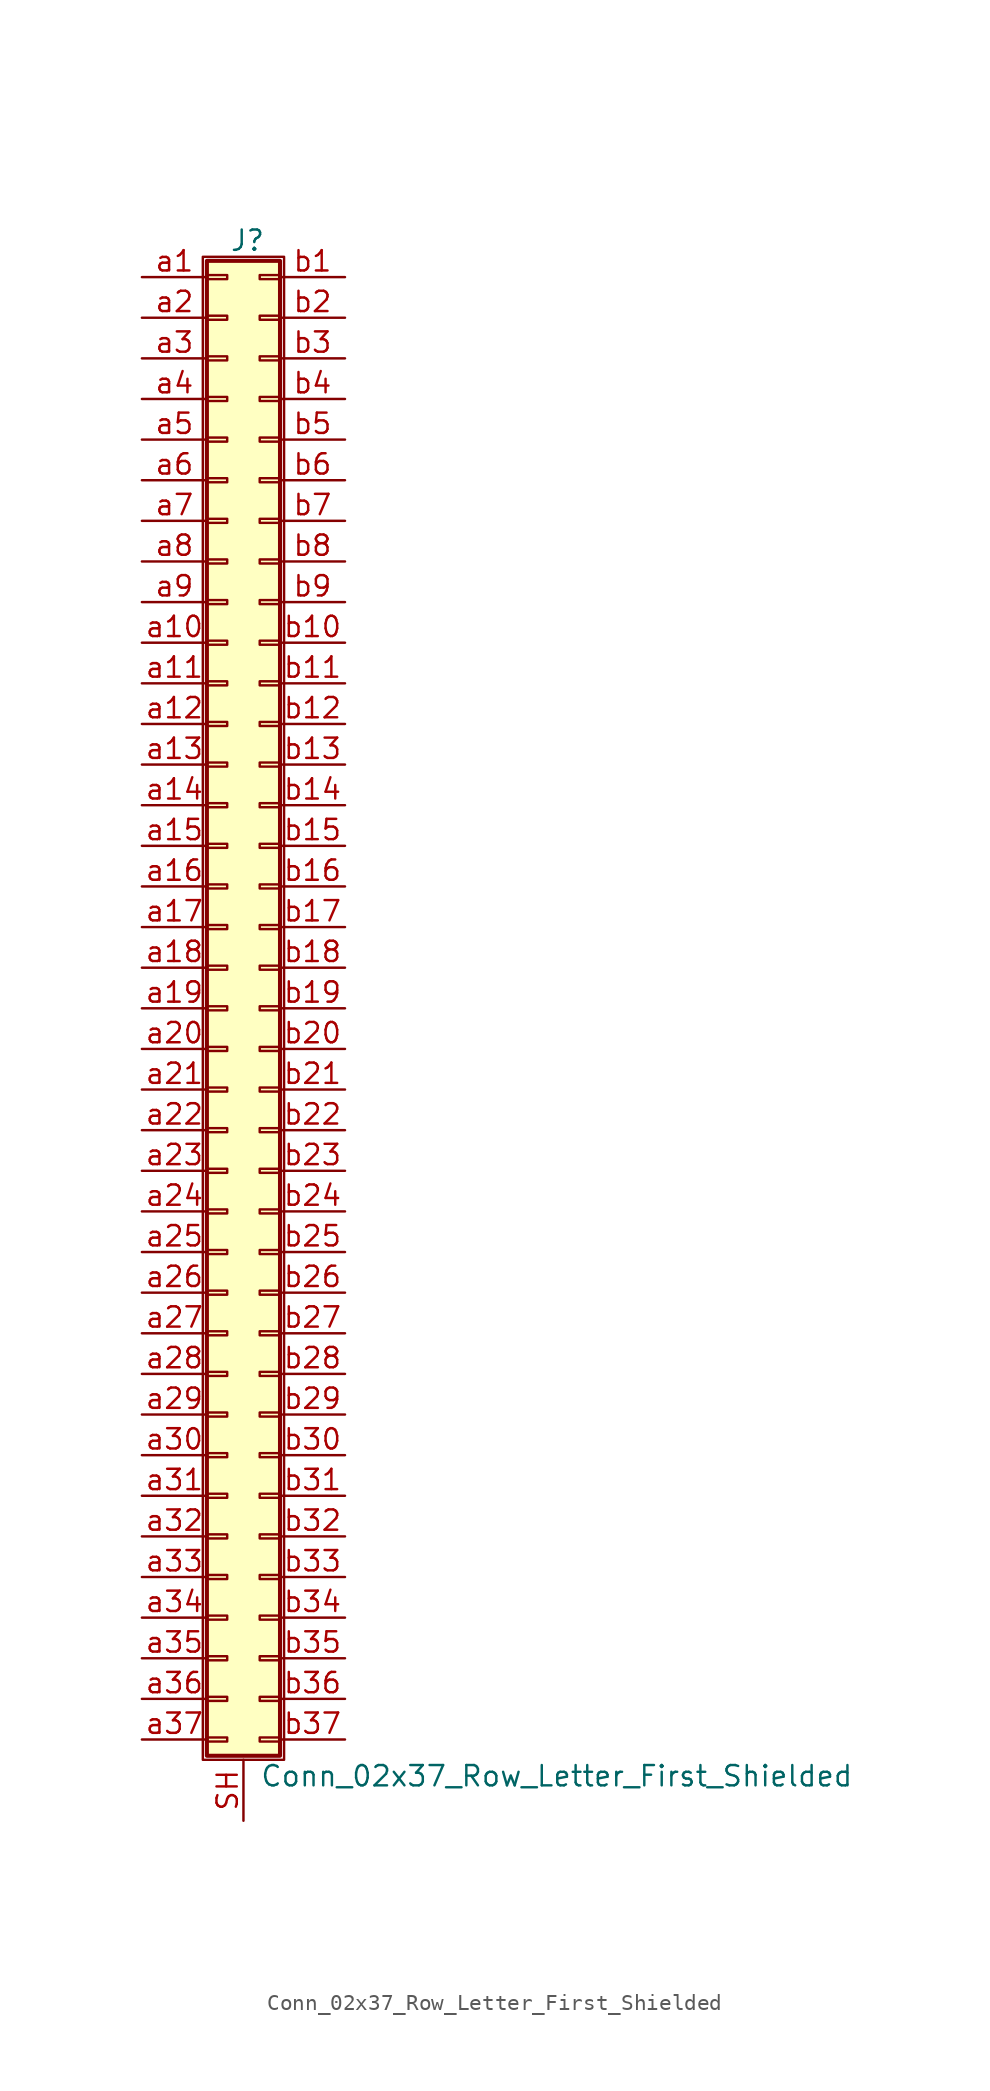
<source format=kicad_sym>
(kicad_symbol_lib
  (version 20220914)
  (generator kicad_symbol_editor)
  (symbol "Conn_02x37_Row_Letter_First_Shielded"
    (pin_names
      (offset 1.016) hide)
    (property "Reference" "J"
      (at 1.524 48.006 0)
      (effects (font (size 1.27 1.27))))
    (property "Value" "Conn_02x37_Row_Letter_First_Shielded"
      (at 2.286 -48.006 0)
      (effects (font (size 1.27 1.27)) (justify left)))
    (symbol "Conn_02x37_Row_Letter_First_Shielded_1_1"
      (rectangle (start -1.27 46.99) (end 3.81 -46.99) (stroke (width 0.152) (type default)) (fill (type none)))
      (rectangle (start -1.016 -45.593) (end 0.254 -45.847) (stroke (width 0.152) (type default)) (fill (type none)))
      (rectangle (start -1.016 -43.053) (end 0.254 -43.307) (stroke (width 0.152) (type default)) (fill (type none)))
      (rectangle (start -1.016 -40.513) (end 0.254 -40.767) (stroke (width 0.152) (type default)) (fill (type none)))
      (rectangle (start -1.016 -37.973) (end 0.254 -38.227) (stroke (width 0.152) (type default)) (fill (type none)))
      (rectangle (start -1.016 -35.433) (end 0.254 -35.687) (stroke (width 0.152) (type default)) (fill (type none)))
      (rectangle (start -1.016 -32.893) (end 0.254 -33.147) (stroke (width 0.152) (type default)) (fill (type none)))
      (rectangle (start -1.016 -30.353) (end 0.254 -30.607) (stroke (width 0.152) (type default)) (fill (type none)))
      (rectangle (start -1.016 -27.813) (end 0.254 -28.067) (stroke (width 0.152) (type default)) (fill (type none)))
      (rectangle (start -1.016 -25.273) (end 0.254 -25.527) (stroke (width 0.152) (type default)) (fill (type none)))
      (rectangle (start -1.016 -22.733) (end 0.254 -22.987) (stroke (width 0.152) (type default)) (fill (type none)))
      (rectangle (start -1.016 -20.193) (end 0.254 -20.447) (stroke (width 0.152) (type default)) (fill (type none)))
      (rectangle (start -1.016 -17.653) (end 0.254 -17.907) (stroke (width 0.152) (type default)) (fill (type none)))
      (rectangle (start -1.016 -15.113) (end 0.254 -15.367) (stroke (width 0.152) (type default)) (fill (type none)))
      (rectangle (start -1.016 -12.573) (end 0.254 -12.827) (stroke (width 0.152) (type default)) (fill (type none)))
      (rectangle (start -1.016 -10.033) (end 0.254 -10.287) (stroke (width 0.152) (type default)) (fill (type none)))
      (rectangle (start -1.016 -7.493) (end 0.254 -7.747) (stroke (width 0.152) (type default)) (fill (type none)))
      (rectangle (start -1.016 -4.953) (end 0.254 -5.207) (stroke (width 0.152) (type default)) (fill (type none)))
      (rectangle (start -1.016 -2.413) (end 0.254 -2.667) (stroke (width 0.152) (type default)) (fill (type none)))
      (rectangle (start -1.016 0.127) (end 0.254 -0.127) (stroke (width 0.152) (type default)) (fill (type none)))
      (rectangle (start -1.016 2.667) (end 0.254 2.413) (stroke (width 0.152) (type default)) (fill (type none)))
      (rectangle (start -1.016 5.207) (end 0.254 4.953) (stroke (width 0.152) (type default)) (fill (type none)))
      (rectangle (start -1.016 7.747) (end 0.254 7.493) (stroke (width 0.152) (type default)) (fill (type none)))
      (rectangle (start -1.016 10.287) (end 0.254 10.033) (stroke (width 0.152) (type default)) (fill (type none)))
      (rectangle (start -1.016 12.827) (end 0.254 12.573) (stroke (width 0.152) (type default)) (fill (type none)))
      (rectangle (start -1.016 15.367) (end 0.254 15.113) (stroke (width 0.152) (type default)) (fill (type none)))
      (rectangle (start -1.016 17.907) (end 0.254 17.653) (stroke (width 0.152) (type default)) (fill (type none)))
      (rectangle (start -1.016 20.447) (end 0.254 20.193) (stroke (width 0.152) (type default)) (fill (type none)))
      (rectangle (start -1.016 22.987) (end 0.254 22.733) (stroke (width 0.152) (type default)) (fill (type none)))
      (rectangle (start -1.016 25.527) (end 0.254 25.273) (stroke (width 0.152) (type default)) (fill (type none)))
      (rectangle (start -1.016 28.067) (end 0.254 27.813) (stroke (width 0.152) (type default)) (fill (type none)))
      (rectangle (start -1.016 30.607) (end 0.254 30.353) (stroke (width 0.152) (type default)) (fill (type none)))
      (rectangle (start -1.016 33.147) (end 0.254 32.893) (stroke (width 0.152) (type default)) (fill (type none)))
      (rectangle (start -1.016 35.687) (end 0.254 35.433) (stroke (width 0.152) (type default)) (fill (type none)))
      (rectangle (start -1.016 38.227) (end 0.254 37.973) (stroke (width 0.152) (type default)) (fill (type none)))
      (rectangle (start -1.016 40.767) (end 0.254 40.513) (stroke (width 0.152) (type default)) (fill (type none)))
      (rectangle (start -1.016 43.307) (end 0.254 43.053) (stroke (width 0.152) (type default)) (fill (type none)))
      (rectangle (start -1.016 45.847) (end 0.254 45.593) (stroke (width 0.152) (type default)) (fill (type none)))
      (rectangle (start -1.016 46.736) (end 3.556 -46.736) (stroke (width 0.254) (type default)) (fill (type background)))
      (rectangle (start 3.556 -45.593) (end 2.286 -45.847) (stroke (width 0.152) (type default)) (fill (type none)))
      (rectangle (start 3.556 -43.053) (end 2.286 -43.307) (stroke (width 0.152) (type default)) (fill (type none)))
      (rectangle (start 3.556 -40.513) (end 2.286 -40.767) (stroke (width 0.152) (type default)) (fill (type none)))
      (rectangle (start 3.556 -37.973) (end 2.286 -38.227) (stroke (width 0.152) (type default)) (fill (type none)))
      (rectangle (start 3.556 -35.433) (end 2.286 -35.687) (stroke (width 0.152) (type default)) (fill (type none)))
      (rectangle (start 3.556 -32.893) (end 2.286 -33.147) (stroke (width 0.152) (type default)) (fill (type none)))
      (rectangle (start 3.556 -30.353) (end 2.286 -30.607) (stroke (width 0.152) (type default)) (fill (type none)))
      (rectangle (start 3.556 -27.813) (end 2.286 -28.067) (stroke (width 0.152) (type default)) (fill (type none)))
      (rectangle (start 3.556 -25.273) (end 2.286 -25.527) (stroke (width 0.152) (type default)) (fill (type none)))
      (rectangle (start 3.556 -22.733) (end 2.286 -22.987) (stroke (width 0.152) (type default)) (fill (type none)))
      (rectangle (start 3.556 -20.193) (end 2.286 -20.447) (stroke (width 0.152) (type default)) (fill (type none)))
      (rectangle (start 3.556 -17.653) (end 2.286 -17.907) (stroke (width 0.152) (type default)) (fill (type none)))
      (rectangle (start 3.556 -15.113) (end 2.286 -15.367) (stroke (width 0.152) (type default)) (fill (type none)))
      (rectangle (start 3.556 -12.573) (end 2.286 -12.827) (stroke (width 0.152) (type default)) (fill (type none)))
      (rectangle (start 3.556 -10.033) (end 2.286 -10.287) (stroke (width 0.152) (type default)) (fill (type none)))
      (rectangle (start 3.556 -7.493) (end 2.286 -7.747) (stroke (width 0.152) (type default)) (fill (type none)))
      (rectangle (start 3.556 -4.953) (end 2.286 -5.207) (stroke (width 0.152) (type default)) (fill (type none)))
      (rectangle (start 3.556 -2.413) (end 2.286 -2.667) (stroke (width 0.152) (type default)) (fill (type none)))
      (rectangle (start 3.556 0.127) (end 2.286 -0.127) (stroke (width 0.152) (type default)) (fill (type none)))
      (rectangle (start 3.556 2.667) (end 2.286 2.413) (stroke (width 0.152) (type default)) (fill (type none)))
      (rectangle (start 3.556 5.207) (end 2.286 4.953) (stroke (width 0.152) (type default)) (fill (type none)))
      (rectangle (start 3.556 7.747) (end 2.286 7.493) (stroke (width 0.152) (type default)) (fill (type none)))
      (rectangle (start 3.556 10.287) (end 2.286 10.033) (stroke (width 0.152) (type default)) (fill (type none)))
      (rectangle (start 3.556 12.827) (end 2.286 12.573) (stroke (width 0.152) (type default)) (fill (type none)))
      (rectangle (start 3.556 15.367) (end 2.286 15.113) (stroke (width 0.152) (type default)) (fill (type none)))
      (rectangle (start 3.556 17.907) (end 2.286 17.653) (stroke (width 0.152) (type default)) (fill (type none)))
      (rectangle (start 3.556 20.447) (end 2.286 20.193) (stroke (width 0.152) (type default)) (fill (type none)))
      (rectangle (start 3.556 22.987) (end 2.286 22.733) (stroke (width 0.152) (type default)) (fill (type none)))
      (rectangle (start 3.556 25.527) (end 2.286 25.273) (stroke (width 0.152) (type default)) (fill (type none)))
      (rectangle (start 3.556 28.067) (end 2.286 27.813) (stroke (width 0.152) (type default)) (fill (type none)))
      (rectangle (start 3.556 30.607) (end 2.286 30.353) (stroke (width 0.152) (type default)) (fill (type none)))
      (rectangle (start 3.556 33.147) (end 2.286 32.893) (stroke (width 0.152) (type default)) (fill (type none)))
      (rectangle (start 3.556 35.687) (end 2.286 35.433) (stroke (width 0.152) (type default)) (fill (type none)))
      (rectangle (start 3.556 38.227) (end 2.286 37.973) (stroke (width 0.152) (type default)) (fill (type none)))
      (rectangle (start 3.556 40.767) (end 2.286 40.513) (stroke (width 0.152) (type default)) (fill (type none)))
      (rectangle (start 3.556 43.307) (end 2.286 43.053) (stroke (width 0.152) (type default)) (fill (type none)))
      (rectangle (start 3.556 45.847) (end 2.286 45.593) (stroke (width 0.152) (type default)) (fill (type none)))
      (pin passive line (at 1.27 -50.8 90) (length 3.81) (name "Shield" (effects (font (size 1.27 1.27)))) (number "SH" (effects (font (size 1.27 1.27)))))
      (pin passive line (at -5.08 45.72 0) (length 4.064) (name "Pin_a1" (effects (font (size 1.27 1.27)))) (number "a1" (effects (font (size 1.27 1.27)))))
      (pin passive line (at -5.08 22.86 0) (length 4.064) (name "Pin_a10" (effects (font (size 1.27 1.27)))) (number "a10" (effects (font (size 1.27 1.27)))))
      (pin passive line (at -5.08 20.32 0) (length 4.064) (name "Pin_a11" (effects (font (size 1.27 1.27)))) (number "a11" (effects (font (size 1.27 1.27)))))
      (pin passive line (at -5.08 17.78 0) (length 4.064) (name "Pin_a12" (effects (font (size 1.27 1.27)))) (number "a12" (effects (font (size 1.27 1.27)))))
      (pin passive line (at -5.08 15.24 0) (length 4.064) (name "Pin_a13" (effects (font (size 1.27 1.27)))) (number "a13" (effects (font (size 1.27 1.27)))))
      (pin passive line (at -5.08 12.7 0) (length 4.064) (name "Pin_a14" (effects (font (size 1.27 1.27)))) (number "a14" (effects (font (size 1.27 1.27)))))
      (pin passive line (at -5.08 10.16 0) (length 4.064) (name "Pin_a15" (effects (font (size 1.27 1.27)))) (number "a15" (effects (font (size 1.27 1.27)))))
      (pin passive line (at -5.08 7.62 0) (length 4.064) (name "Pin_a16" (effects (font (size 1.27 1.27)))) (number "a16" (effects (font (size 1.27 1.27)))))
      (pin passive line (at -5.08 5.08 0) (length 4.064) (name "Pin_a17" (effects (font (size 1.27 1.27)))) (number "a17" (effects (font (size 1.27 1.27)))))
      (pin passive line (at -5.08 2.54 0) (length 4.064) (name "Pin_a18" (effects (font (size 1.27 1.27)))) (number "a18" (effects (font (size 1.27 1.27)))))
      (pin passive line (at -5.08 0 0) (length 4.064) (name "Pin_a19" (effects (font (size 1.27 1.27)))) (number "a19" (effects (font (size 1.27 1.27)))))
      (pin passive line (at -5.08 43.18 0) (length 4.064) (name "Pin_a2" (effects (font (size 1.27 1.27)))) (number "a2" (effects (font (size 1.27 1.27)))))
      (pin passive line (at -5.08 -2.54 0) (length 4.064) (name "Pin_a20" (effects (font (size 1.27 1.27)))) (number "a20" (effects (font (size 1.27 1.27)))))
      (pin passive line (at -5.08 -5.08 0) (length 4.064) (name "Pin_a21" (effects (font (size 1.27 1.27)))) (number "a21" (effects (font (size 1.27 1.27)))))
      (pin passive line (at -5.08 -7.62 0) (length 4.064) (name "Pin_a22" (effects (font (size 1.27 1.27)))) (number "a22" (effects (font (size 1.27 1.27)))))
      (pin passive line (at -5.08 -10.16 0) (length 4.064) (name "Pin_a23" (effects (font (size 1.27 1.27)))) (number "a23" (effects (font (size 1.27 1.27)))))
      (pin passive line (at -5.08 -12.7 0) (length 4.064) (name "Pin_a24" (effects (font (size 1.27 1.27)))) (number "a24" (effects (font (size 1.27 1.27)))))
      (pin passive line (at -5.08 -15.24 0) (length 4.064) (name "Pin_a25" (effects (font (size 1.27 1.27)))) (number "a25" (effects (font (size 1.27 1.27)))))
      (pin passive line (at -5.08 -17.78 0) (length 4.064) (name "Pin_a26" (effects (font (size 1.27 1.27)))) (number "a26" (effects (font (size 1.27 1.27)))))
      (pin passive line (at -5.08 -20.32 0) (length 4.064) (name "Pin_a27" (effects (font (size 1.27 1.27)))) (number "a27" (effects (font (size 1.27 1.27)))))
      (pin passive line (at -5.08 -22.86 0) (length 4.064) (name "Pin_a28" (effects (font (size 1.27 1.27)))) (number "a28" (effects (font (size 1.27 1.27)))))
      (pin passive line (at -5.08 -25.4 0) (length 4.064) (name "Pin_a29" (effects (font (size 1.27 1.27)))) (number "a29" (effects (font (size 1.27 1.27)))))
      (pin passive line (at -5.08 40.64 0) (length 4.064) (name "Pin_a3" (effects (font (size 1.27 1.27)))) (number "a3" (effects (font (size 1.27 1.27)))))
      (pin passive line (at -5.08 -27.94 0) (length 4.064) (name "Pin_a30" (effects (font (size 1.27 1.27)))) (number "a30" (effects (font (size 1.27 1.27)))))
      (pin passive line (at -5.08 -30.48 0) (length 4.064) (name "Pin_a31" (effects (font (size 1.27 1.27)))) (number "a31" (effects (font (size 1.27 1.27)))))
      (pin passive line (at -5.08 -33.02 0) (length 4.064) (name "Pin_a32" (effects (font (size 1.27 1.27)))) (number "a32" (effects (font (size 1.27 1.27)))))
      (pin passive line (at -5.08 -35.56 0) (length 4.064) (name "Pin_a33" (effects (font (size 1.27 1.27)))) (number "a33" (effects (font (size 1.27 1.27)))))
      (pin passive line (at -5.08 -38.1 0) (length 4.064) (name "Pin_a34" (effects (font (size 1.27 1.27)))) (number "a34" (effects (font (size 1.27 1.27)))))
      (pin passive line (at -5.08 -40.64 0) (length 4.064) (name "Pin_a35" (effects (font (size 1.27 1.27)))) (number "a35" (effects (font (size 1.27 1.27)))))
      (pin passive line (at -5.08 -43.18 0) (length 4.064) (name "Pin_a36" (effects (font (size 1.27 1.27)))) (number "a36" (effects (font (size 1.27 1.27)))))
      (pin passive line (at -5.08 -45.72 0) (length 4.064) (name "Pin_a37" (effects (font (size 1.27 1.27)))) (number "a37" (effects (font (size 1.27 1.27)))))
      (pin passive line (at -5.08 38.1 0) (length 4.064) (name "Pin_a4" (effects (font (size 1.27 1.27)))) (number "a4" (effects (font (size 1.27 1.27)))))
      (pin passive line (at -5.08 35.56 0) (length 4.064) (name "Pin_a5" (effects (font (size 1.27 1.27)))) (number "a5" (effects (font (size 1.27 1.27)))))
      (pin passive line (at -5.08 33.02 0) (length 4.064) (name "Pin_a6" (effects (font (size 1.27 1.27)))) (number "a6" (effects (font (size 1.27 1.27)))))
      (pin passive line (at -5.08 30.48 0) (length 4.064) (name "Pin_a7" (effects (font (size 1.27 1.27)))) (number "a7" (effects (font (size 1.27 1.27)))))
      (pin passive line (at -5.08 27.94 0) (length 4.064) (name "Pin_a8" (effects (font (size 1.27 1.27)))) (number "a8" (effects (font (size 1.27 1.27)))))
      (pin passive line (at -5.08 25.4 0) (length 4.064) (name "Pin_a9" (effects (font (size 1.27 1.27)))) (number "a9" (effects (font (size 1.27 1.27)))))
      (pin passive line (at 7.62 45.72 180) (length 4.064) (name "Pin_b1" (effects (font (size 1.27 1.27)))) (number "b1" (effects (font (size 1.27 1.27)))))
      (pin passive line (at 7.62 22.86 180) (length 4.064) (name "Pin_b10" (effects (font (size 1.27 1.27)))) (number "b10" (effects (font (size 1.27 1.27)))))
      (pin passive line (at 7.62 20.32 180) (length 4.064) (name "Pin_b11" (effects (font (size 1.27 1.27)))) (number "b11" (effects (font (size 1.27 1.27)))))
      (pin passive line (at 7.62 17.78 180) (length 4.064) (name "Pin_b12" (effects (font (size 1.27 1.27)))) (number "b12" (effects (font (size 1.27 1.27)))))
      (pin passive line (at 7.62 15.24 180) (length 4.064) (name "Pin_b13" (effects (font (size 1.27 1.27)))) (number "b13" (effects (font (size 1.27 1.27)))))
      (pin passive line (at 7.62 12.7 180) (length 4.064) (name "Pin_b14" (effects (font (size 1.27 1.27)))) (number "b14" (effects (font (size 1.27 1.27)))))
      (pin passive line (at 7.62 10.16 180) (length 4.064) (name "Pin_b15" (effects (font (size 1.27 1.27)))) (number "b15" (effects (font (size 1.27 1.27)))))
      (pin passive line (at 7.62 7.62 180) (length 4.064) (name "Pin_b16" (effects (font (size 1.27 1.27)))) (number "b16" (effects (font (size 1.27 1.27)))))
      (pin passive line (at 7.62 5.08 180) (length 4.064) (name "Pin_b17" (effects (font (size 1.27 1.27)))) (number "b17" (effects (font (size 1.27 1.27)))))
      (pin passive line (at 7.62 2.54 180) (length 4.064) (name "Pin_b18" (effects (font (size 1.27 1.27)))) (number "b18" (effects (font (size 1.27 1.27)))))
      (pin passive line (at 7.62 0 180) (length 4.064) (name "Pin_b19" (effects (font (size 1.27 1.27)))) (number "b19" (effects (font (size 1.27 1.27)))))
      (pin passive line (at 7.62 43.18 180) (length 4.064) (name "Pin_b2" (effects (font (size 1.27 1.27)))) (number "b2" (effects (font (size 1.27 1.27)))))
      (pin passive line (at 7.62 -2.54 180) (length 4.064) (name "Pin_b20" (effects (font (size 1.27 1.27)))) (number "b20" (effects (font (size 1.27 1.27)))))
      (pin passive line (at 7.62 -5.08 180) (length 4.064) (name "Pin_b21" (effects (font (size 1.27 1.27)))) (number "b21" (effects (font (size 1.27 1.27)))))
      (pin passive line (at 7.62 -7.62 180) (length 4.064) (name "Pin_b22" (effects (font (size 1.27 1.27)))) (number "b22" (effects (font (size 1.27 1.27)))))
      (pin passive line (at 7.62 -10.16 180) (length 4.064) (name "Pin_b23" (effects (font (size 1.27 1.27)))) (number "b23" (effects (font (size 1.27 1.27)))))
      (pin passive line (at 7.62 -12.7 180) (length 4.064) (name "Pin_b24" (effects (font (size 1.27 1.27)))) (number "b24" (effects (font (size 1.27 1.27)))))
      (pin passive line (at 7.62 -15.24 180) (length 4.064) (name "Pin_b25" (effects (font (size 1.27 1.27)))) (number "b25" (effects (font (size 1.27 1.27)))))
      (pin passive line (at 7.62 -17.78 180) (length 4.064) (name "Pin_b26" (effects (font (size 1.27 1.27)))) (number "b26" (effects (font (size 1.27 1.27)))))
      (pin passive line (at 7.62 -20.32 180) (length 4.064) (name "Pin_b27" (effects (font (size 1.27 1.27)))) (number "b27" (effects (font (size 1.27 1.27)))))
      (pin passive line (at 7.62 -22.86 180) (length 4.064) (name "Pin_b28" (effects (font (size 1.27 1.27)))) (number "b28" (effects (font (size 1.27 1.27)))))
      (pin passive line (at 7.62 -25.4 180) (length 4.064) (name "Pin_b29" (effects (font (size 1.27 1.27)))) (number "b29" (effects (font (size 1.27 1.27)))))
      (pin passive line (at 7.62 40.64 180) (length 4.064) (name "Pin_b3" (effects (font (size 1.27 1.27)))) (number "b3" (effects (font (size 1.27 1.27)))))
      (pin passive line (at 7.62 -27.94 180) (length 4.064) (name "Pin_b30" (effects (font (size 1.27 1.27)))) (number "b30" (effects (font (size 1.27 1.27)))))
      (pin passive line (at 7.62 -30.48 180) (length 4.064) (name "Pin_b31" (effects (font (size 1.27 1.27)))) (number "b31" (effects (font (size 1.27 1.27)))))
      (pin passive line (at 7.62 -33.02 180) (length 4.064) (name "Pin_b32" (effects (font (size 1.27 1.27)))) (number "b32" (effects (font (size 1.27 1.27)))))
      (pin passive line (at 7.62 -35.56 180) (length 4.064) (name "Pin_b33" (effects (font (size 1.27 1.27)))) (number "b33" (effects (font (size 1.27 1.27)))))
      (pin passive line (at 7.62 -38.1 180) (length 4.064) (name "Pin_b34" (effects (font (size 1.27 1.27)))) (number "b34" (effects (font (size 1.27 1.27)))))
      (pin passive line (at 7.62 -40.64 180) (length 4.064) (name "Pin_b35" (effects (font (size 1.27 1.27)))) (number "b35" (effects (font (size 1.27 1.27)))))
      (pin passive line (at 7.62 -43.18 180) (length 4.064) (name "Pin_b36" (effects (font (size 1.27 1.27)))) (number "b36" (effects (font (size 1.27 1.27)))))
      (pin passive line (at 7.62 -45.72 180) (length 4.064) (name "Pin_b37" (effects (font (size 1.27 1.27)))) (number "b37" (effects (font (size 1.27 1.27)))))
      (pin passive line (at 7.62 38.1 180) (length 4.064) (name "Pin_b4" (effects (font (size 1.27 1.27)))) (number "b4" (effects (font (size 1.27 1.27)))))
      (pin passive line (at 7.62 35.56 180) (length 4.064) (name "Pin_b5" (effects (font (size 1.27 1.27)))) (number "b5" (effects (font (size 1.27 1.27)))))
      (pin passive line (at 7.62 33.02 180) (length 4.064) (name "Pin_b6" (effects (font (size 1.27 1.27)))) (number "b6" (effects (font (size 1.27 1.27)))))
      (pin passive line (at 7.62 30.48 180) (length 4.064) (name "Pin_b7" (effects (font (size 1.27 1.27)))) (number "b7" (effects (font (size 1.27 1.27)))))
      (pin passive line (at 7.62 27.94 180) (length 4.064) (name "Pin_b8" (effects (font (size 1.27 1.27)))) (number "b8" (effects (font (size 1.27 1.27)))))
      (pin passive line (at 7.62 25.4 180) (length 4.064) (name "Pin_b9" (effects (font (size 1.27 1.27)))) (number "b9" (effects (font (size 1.27 1.27))))))))
</source>
